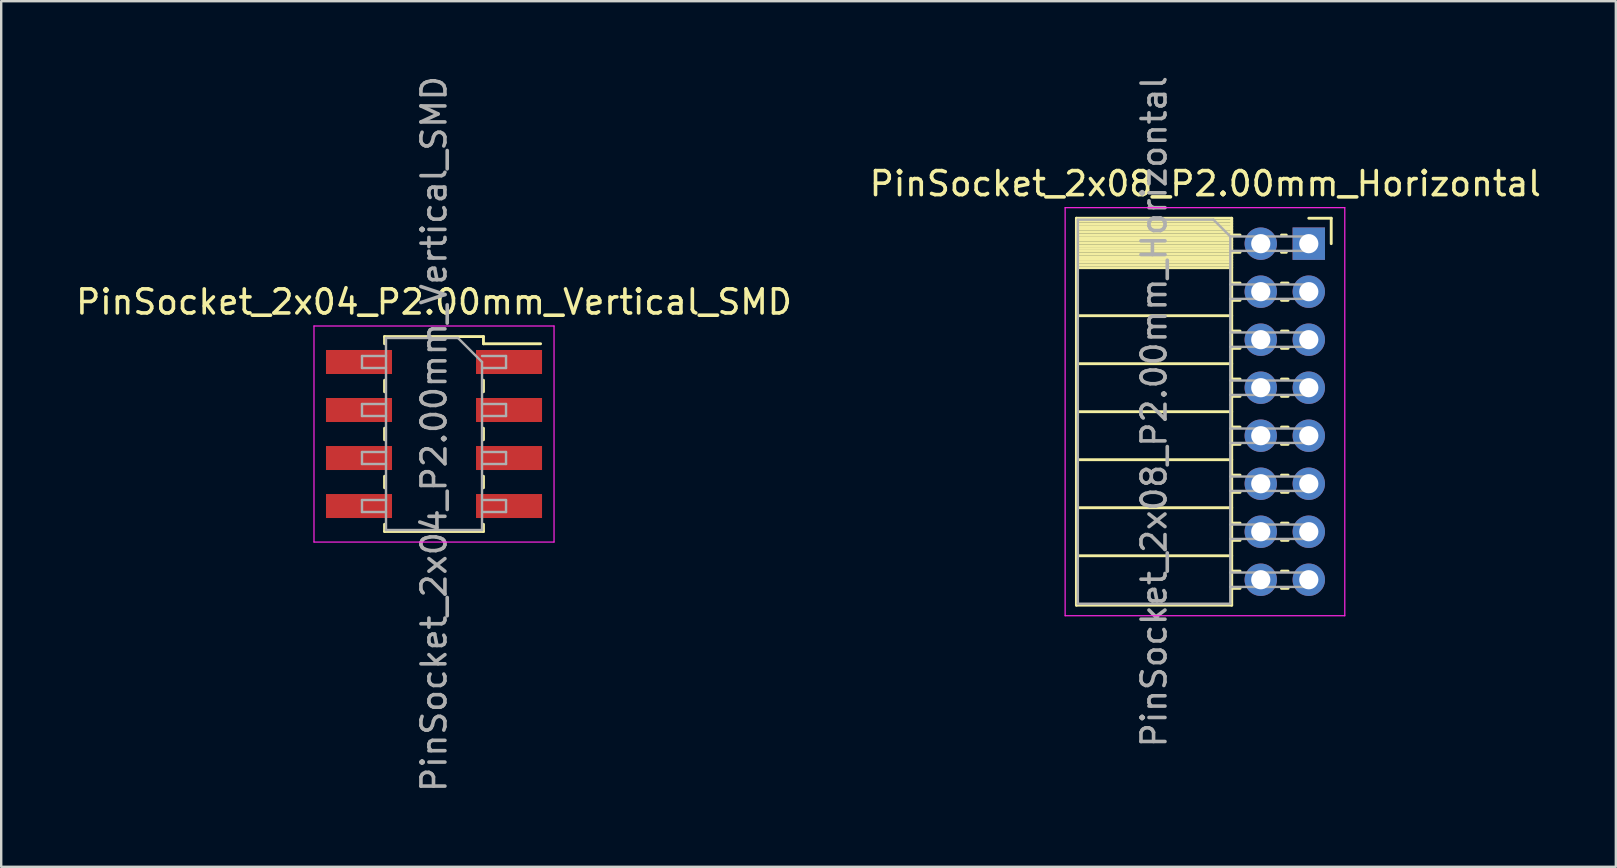
<source format=kicad_pcb>
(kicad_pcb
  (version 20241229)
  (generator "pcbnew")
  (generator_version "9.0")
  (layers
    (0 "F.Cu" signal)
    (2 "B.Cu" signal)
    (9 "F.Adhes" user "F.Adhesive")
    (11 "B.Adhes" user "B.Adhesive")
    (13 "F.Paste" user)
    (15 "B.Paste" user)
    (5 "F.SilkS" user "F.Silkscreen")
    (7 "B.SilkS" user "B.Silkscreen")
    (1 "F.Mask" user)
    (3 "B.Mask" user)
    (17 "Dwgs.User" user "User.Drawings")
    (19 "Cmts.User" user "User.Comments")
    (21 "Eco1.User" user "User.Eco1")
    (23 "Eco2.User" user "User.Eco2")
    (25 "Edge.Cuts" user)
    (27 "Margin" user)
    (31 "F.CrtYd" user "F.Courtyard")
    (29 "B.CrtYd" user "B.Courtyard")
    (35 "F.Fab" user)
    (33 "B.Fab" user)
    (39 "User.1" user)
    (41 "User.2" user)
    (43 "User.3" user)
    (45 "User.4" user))
  (footprint "PinSocket_2x04_P2.00mm_Vertical_SMD"
    (layer "F.Cu")
    (at 15.03 15.03)
    (property "Reference" "PinSocket_2x04_P2.00mm_Vertical_SMD" (at 0 -5.5 0) (layer "F.SilkS") (effects (font (size 1 1) (thickness 0.15))))
    (attr smd)
    (fp_line (start -2.06 -4.06) (end -2.06 -3.76) (stroke (width 0.12) (type solid)) (layer "F.SilkS"))
    (fp_line (start -2.06 -4.06) (end 2.06 -4.06) (stroke (width 0.12) (type solid)) (layer "F.SilkS"))
    (fp_line (start -2.06 -2.24) (end -2.06 -1.76) (stroke (width 0.12) (type solid)) (layer "F.SilkS"))
    (fp_line (start -2.06 -0.24) (end -2.06 0.24) (stroke (width 0.12) (type solid)) (layer "F.SilkS"))
    (fp_line (start -2.06 1.76) (end -2.06 2.24) (stroke (width 0.12) (type solid)) (layer "F.SilkS"))
    (fp_line (start -2.06 3.76) (end -2.06 4.06) (stroke (width 0.12) (type solid)) (layer "F.SilkS"))
    (fp_line (start -2.06 4.06) (end 2.06 4.06) (stroke (width 0.12) (type solid)) (layer "F.SilkS"))
    (fp_line (start 2.06 -4.06) (end 2.06 -3.76) (stroke (width 0.12) (type solid)) (layer "F.SilkS"))
    (fp_line (start 2.06 -3.76) (end 4.44 -3.76) (stroke (width 0.12) (type solid)) (layer "F.SilkS"))
    (fp_line (start 2.06 -2.24) (end 2.06 -1.76) (stroke (width 0.12) (type solid)) (layer "F.SilkS"))
    (fp_line (start 2.06 -0.24) (end 2.06 0.24) (stroke (width 0.12) (type solid)) (layer "F.SilkS"))
    (fp_line (start 2.06 1.76) (end 2.06 2.24) (stroke (width 0.12) (type solid)) (layer "F.SilkS"))
    (fp_line (start 2.06 3.76) (end 2.06 4.06) (stroke (width 0.12) (type solid)) (layer "F.SilkS"))
    (fp_line (start -5 -4.5) (end 5 -4.5) (stroke (width 0.05) (type solid)) (layer "F.CrtYd"))
    (fp_line (start -5 4.5) (end -5 -4.5) (stroke (width 0.05) (type solid)) (layer "F.CrtYd"))
    (fp_line (start 5 -4.5) (end 5 4.5) (stroke (width 0.05) (type solid)) (layer "F.CrtYd"))
    (fp_line (start 5 4.5) (end -5 4.5) (stroke (width 0.05) (type solid)) (layer "F.CrtYd"))
    (fp_line (start -3 -3.25) (end -2 -3.25) (stroke (width 0.1) (type solid)) (layer "F.Fab"))
    (fp_line (start -3 -2.75) (end -3 -3.25) (stroke (width 0.1) (type solid)) (layer "F.Fab"))
    (fp_line (start -3 -1.25) (end -2 -1.25) (stroke (width 0.1) (type solid)) (layer "F.Fab"))
    (fp_line (start -3 -0.75) (end -3 -1.25) (stroke (width 0.1) (type solid)) (layer "F.Fab"))
    (fp_line (start -3 0.75) (end -2 0.75) (stroke (width 0.1) (type solid)) (layer "F.Fab"))
    (fp_line (start -3 1.25) (end -3 0.75) (stroke (width 0.1) (type solid)) (layer "F.Fab"))
    (fp_line (start -3 2.75) (end -2 2.75) (stroke (width 0.1) (type solid)) (layer "F.Fab"))
    (fp_line (start -3 3.25) (end -3 2.75) (stroke (width 0.1) (type solid)) (layer "F.Fab"))
    (fp_line (start -2 -4) (end 1 -4) (stroke (width 0.1) (type solid)) (layer "F.Fab"))
    (fp_line (start -2 -2.75) (end -3 -2.75) (stroke (width 0.1) (type solid)) (layer "F.Fab"))
    (fp_line (start -2 -0.75) (end -3 -0.75) (stroke (width 0.1) (type solid)) (layer "F.Fab"))
    (fp_line (start -2 1.25) (end -3 1.25) (stroke (width 0.1) (type solid)) (layer "F.Fab"))
    (fp_line (start -2 3.25) (end -3 3.25) (stroke (width 0.1) (type solid)) (layer "F.Fab"))
    (fp_line (start -2 4) (end -2 -4) (stroke (width 0.1) (type solid)) (layer "F.Fab"))
    (fp_line (start 1 -4) (end 2 -3) (stroke (width 0.1) (type solid)) (layer "F.Fab"))
    (fp_line (start 2 -3.25) (end 3 -3.25) (stroke (width 0.1) (type solid)) (layer "F.Fab"))
    (fp_line (start 2 -3) (end 2 4) (stroke (width 0.1) (type solid)) (layer "F.Fab"))
    (fp_line (start 2 -1.25) (end 3 -1.25) (stroke (width 0.1) (type solid)) (layer "F.Fab"))
    (fp_line (start 2 0.75) (end 3 0.75) (stroke (width 0.1) (type solid)) (layer "F.Fab"))
    (fp_line (start 2 2.75) (end 3 2.75) (stroke (width 0.1) (type solid)) (layer "F.Fab"))
    (fp_line (start 2 4) (end -2 4) (stroke (width 0.1) (type solid)) (layer "F.Fab"))
    (fp_line (start 3 -3.25) (end 3 -2.75) (stroke (width 0.1) (type solid)) (layer "F.Fab"))
    (fp_line (start 3 -2.75) (end 2 -2.75) (stroke (width 0.1) (type solid)) (layer "F.Fab"))
    (fp_line (start 3 -1.25) (end 3 -0.75) (stroke (width 0.1) (type solid)) (layer "F.Fab"))
    (fp_line (start 3 -0.75) (end 2 -0.75) (stroke (width 0.1) (type solid)) (layer "F.Fab"))
    (fp_line (start 3 0.75) (end 3 1.25) (stroke (width 0.1) (type solid)) (layer "F.Fab"))
    (fp_line (start 3 1.25) (end 2 1.25) (stroke (width 0.1) (type solid)) (layer "F.Fab"))
    (fp_line (start 3 2.75) (end 3 3.25) (stroke (width 0.1) (type solid)) (layer "F.Fab"))
    (fp_line (start 3 3.25) (end 2 3.25) (stroke (width 0.1) (type solid)) (layer "F.Fab"))
    (fp_text user "${REFERENCE}" (at 0 0 90) (layer "F.Fab") (effects (font (size 1 1) (thickness 0.15))))
    (pad "1" smd rect (at 3.125 -3) (size 2.75 1) (layers "F.Cu" "F.Mask" "F.Paste"))
    (pad "2" smd rect (at -3.125 -3) (size 2.75 1) (layers "F.Cu" "F.Mask" "F.Paste"))
    (pad "3" smd rect (at 3.125 -1) (size 2.75 1) (layers "F.Cu" "F.Mask" "F.Paste"))
    (pad "4" smd rect (at -3.125 -1) (size 2.75 1) (layers "F.Cu" "F.Mask" "F.Paste"))
    (pad "5" smd rect (at 3.125 1) (size 2.75 1) (layers "F.Cu" "F.Mask" "F.Paste"))
    (pad "6" smd rect (at -3.125 1) (size 2.75 1) (layers "F.Cu" "F.Mask" "F.Paste"))
    (pad "7" smd rect (at 3.125 3) (size 2.75 1) (layers "F.Cu" "F.Mask" "F.Paste"))
    (pad "8" smd rect (at -3.125 3) (size 2.75 1) (layers "F.Cu" "F.Mask" "F.Paste")))
  (footprint "PinSocket_2x08_P2.00mm_Horizontal"
    (layer "F.Cu")
    (at 51.471 7.101)
    (property "Reference" "PinSocket_2x08_P2.00mm_Horizontal" (at -4.31 -2.5 0) (layer "F.SilkS") (effects (font (size 1 1) (thickness 0.15))))
    (attr through_hole)
    (fp_line (start -9.68 -1.06) (end -9.68 15.06) (stroke (width 0.12) (type solid)) (layer "F.SilkS"))
    (fp_line (start -9.68 -1.06) (end -3.21 -1.06) (stroke (width 0.12) (type solid)) (layer "F.SilkS"))
    (fp_line (start -9.68 -0.94) (end -3.21 -0.94) (stroke (width 0.12) (type solid)) (layer "F.SilkS"))
    (fp_line (start -9.68 -0.826) (end -3.21 -0.826) (stroke (width 0.12) (type solid)) (layer "F.SilkS"))
    (fp_line (start -9.68 -0.712) (end -3.21 -0.712) (stroke (width 0.12) (type solid)) (layer "F.SilkS"))
    (fp_line (start -9.68 -0.598) (end -3.21 -0.598) (stroke (width 0.12) (type solid)) (layer "F.SilkS"))
    (fp_line (start -9.68 -0.484) (end -3.21 -0.484) (stroke (width 0.12) (type solid)) (layer "F.SilkS"))
    (fp_line (start -9.68 -0.369) (end -3.21 -0.369) (stroke (width 0.12) (type solid)) (layer "F.SilkS"))
    (fp_line (start -9.68 -0.255) (end -3.21 -0.255) (stroke (width 0.12) (type solid)) (layer "F.SilkS"))
    (fp_line (start -9.68 -0.141) (end -3.21 -0.141) (stroke (width 0.12) (type solid)) (layer "F.SilkS"))
    (fp_line (start -9.68 -0.027) (end -3.21 -0.027) (stroke (width 0.12) (type solid)) (layer "F.SilkS"))
    (fp_line (start -9.68 0.087) (end -3.21 0.087) (stroke (width 0.12) (type solid)) (layer "F.SilkS"))
    (fp_line (start -9.68 0.201) (end -3.21 0.201) (stroke (width 0.12) (type solid)) (layer "F.SilkS"))
    (fp_line (start -9.68 0.315) (end -3.21 0.315) (stroke (width 0.12) (type solid)) (layer "F.SilkS"))
    (fp_line (start -9.68 0.429) (end -3.21 0.429) (stroke (width 0.12) (type solid)) (layer "F.SilkS"))
    (fp_line (start -9.68 0.544) (end -3.21 0.544) (stroke (width 0.12) (type solid)) (layer "F.SilkS"))
    (fp_line (start -9.68 0.658) (end -3.21 0.658) (stroke (width 0.12) (type solid)) (layer "F.SilkS"))
    (fp_line (start -9.68 0.772) (end -3.21 0.772) (stroke (width 0.12) (type solid)) (layer "F.SilkS"))
    (fp_line (start -9.68 0.886) (end -3.21 0.886) (stroke (width 0.12) (type solid)) (layer "F.SilkS"))
    (fp_line (start -9.68 1) (end -3.21 1) (stroke (width 0.12) (type solid)) (layer "F.SilkS"))
    (fp_line (start -9.68 3) (end -3.21 3) (stroke (width 0.12) (type solid)) (layer "F.SilkS"))
    (fp_line (start -9.68 5) (end -3.21 5) (stroke (width 0.12) (type solid)) (layer "F.SilkS"))
    (fp_line (start -9.68 7) (end -3.21 7) (stroke (width 0.12) (type solid)) (layer "F.SilkS"))
    (fp_line (start -9.68 9) (end -3.21 9) (stroke (width 0.12) (type solid)) (layer "F.SilkS"))
    (fp_line (start -9.68 11) (end -3.21 11) (stroke (width 0.12) (type solid)) (layer "F.SilkS"))
    (fp_line (start -9.68 13) (end -3.21 13) (stroke (width 0.12) (type solid)) (layer "F.SilkS"))
    (fp_line (start -9.68 15.06) (end -3.21 15.06) (stroke (width 0.12) (type solid)) (layer "F.SilkS"))
    (fp_line (start -3.21 -1.06) (end -3.21 15.06) (stroke (width 0.12) (type solid)) (layer "F.SilkS"))
    (fp_line (start -3.21 -0.36) (end -2.863 -0.36) (stroke (width 0.12) (type solid)) (layer "F.SilkS"))
    (fp_line (start -3.21 0.36) (end -2.863 0.36) (stroke (width 0.12) (type solid)) (layer "F.SilkS"))
    (fp_line (start -3.21 1.64) (end -2.863 1.64) (stroke (width 0.12) (type solid)) (layer "F.SilkS"))
    (fp_line (start -3.21 2.36) (end -2.863 2.36) (stroke (width 0.12) (type solid)) (layer "F.SilkS"))
    (fp_line (start -3.21 3.64) (end -2.863 3.64) (stroke (width 0.12) (type solid)) (layer "F.SilkS"))
    (fp_line (start -3.21 4.36) (end -2.863 4.36) (stroke (width 0.12) (type solid)) (layer "F.SilkS"))
    (fp_line (start -3.21 5.64) (end -2.863 5.64) (stroke (width 0.12) (type solid)) (layer "F.SilkS"))
    (fp_line (start -3.21 6.36) (end -2.863 6.36) (stroke (width 0.12) (type solid)) (layer "F.SilkS"))
    (fp_line (start -3.21 7.64) (end -2.863 7.64) (stroke (width 0.12) (type solid)) (layer "F.SilkS"))
    (fp_line (start -3.21 8.36) (end -2.863 8.36) (stroke (width 0.12) (type solid)) (layer "F.SilkS"))
    (fp_line (start -3.21 9.64) (end -2.863 9.64) (stroke (width 0.12) (type solid)) (layer "F.SilkS"))
    (fp_line (start -3.21 10.36) (end -2.863 10.36) (stroke (width 0.12) (type solid)) (layer "F.SilkS"))
    (fp_line (start -3.21 11.64) (end -2.863 11.64) (stroke (width 0.12) (type solid)) (layer "F.SilkS"))
    (fp_line (start -3.21 12.36) (end -2.863 12.36) (stroke (width 0.12) (type solid)) (layer "F.SilkS"))
    (fp_line (start -3.21 13.64) (end -2.863 13.64) (stroke (width 0.12) (type solid)) (layer "F.SilkS"))
    (fp_line (start -3.21 14.36) (end -2.863 14.36) (stroke (width 0.12) (type solid)) (layer "F.SilkS"))
    (fp_line (start -1.137 -0.36) (end -0.935 -0.36) (stroke (width 0.12) (type solid)) (layer "F.SilkS"))
    (fp_line (start -1.137 0.36) (end -0.935 0.36) (stroke (width 0.12) (type solid)) (layer "F.SilkS"))
    (fp_line (start -1.137 1.64) (end -0.863 1.64) (stroke (width 0.12) (type solid)) (layer "F.SilkS"))
    (fp_line (start -1.137 2.36) (end -0.863 2.36) (stroke (width 0.12) (type solid)) (layer "F.SilkS"))
    (fp_line (start -1.137 3.64) (end -0.863 3.64) (stroke (width 0.12) (type solid)) (layer "F.SilkS"))
    (fp_line (start -1.137 4.36) (end -0.863 4.36) (stroke (width 0.12) (type solid)) (layer "F.SilkS"))
    (fp_line (start -1.137 5.64) (end -0.863 5.64) (stroke (width 0.12) (type solid)) (layer "F.SilkS"))
    (fp_line (start -1.137 6.36) (end -0.863 6.36) (stroke (width 0.12) (type solid)) (layer "F.SilkS"))
    (fp_line (start -1.137 7.64) (end -0.863 7.64) (stroke (width 0.12) (type solid)) (layer "F.SilkS"))
    (fp_line (start -1.137 8.36) (end -0.863 8.36) (stroke (width 0.12) (type solid)) (layer "F.SilkS"))
    (fp_line (start -1.137 9.64) (end -0.863 9.64) (stroke (width 0.12) (type solid)) (layer "F.SilkS"))
    (fp_line (start -1.137 10.36) (end -0.863 10.36) (stroke (width 0.12) (type solid)) (layer "F.SilkS"))
    (fp_line (start -1.137 11.64) (end -0.863 11.64) (stroke (width 0.12) (type solid)) (layer "F.SilkS"))
    (fp_line (start -1.137 12.36) (end -0.863 12.36) (stroke (width 0.12) (type solid)) (layer "F.SilkS"))
    (fp_line (start -1.137 13.64) (end -0.863 13.64) (stroke (width 0.12) (type solid)) (layer "F.SilkS"))
    (fp_line (start -1.137 14.36) (end -0.863 14.36) (stroke (width 0.12) (type solid)) (layer "F.SilkS"))
    (fp_line (start 0 -1.06) (end 0.935 -1.06) (stroke (width 0.12) (type solid)) (layer "F.SilkS"))
    (fp_line (start 0.935 -1.06) (end 0.935 0) (stroke (width 0.12) (type solid)) (layer "F.SilkS"))
    (fp_line (start -10.15 -1.5) (end -10.15 15.5) (stroke (width 0.05) (type solid)) (layer "F.CrtYd"))
    (fp_line (start -10.15 15.5) (end 1.5 15.5) (stroke (width 0.05) (type solid)) (layer "F.CrtYd"))
    (fp_line (start 1.5 -1.5) (end -10.15 -1.5) (stroke (width 0.05) (type solid)) (layer "F.CrtYd"))
    (fp_line (start 1.5 15.5) (end 1.5 -1.5) (stroke (width 0.05) (type solid)) (layer "F.CrtYd"))
    (fp_line (start -9.62 -1) (end -3.97 -1) (stroke (width 0.1) (type solid)) (layer "F.Fab"))
    (fp_line (start -9.62 15) (end -9.62 -1) (stroke (width 0.1) (type solid)) (layer "F.Fab"))
    (fp_line (start -3.97 -1) (end -3.27 -0.3) (stroke (width 0.1) (type solid)) (layer "F.Fab"))
    (fp_line (start -3.27 -0.3) (end -3.27 15) (stroke (width 0.1) (type solid)) (layer "F.Fab"))
    (fp_line (start -3.27 0.3) (end 0 0.3) (stroke (width 0.1) (type solid)) (layer "F.Fab"))
    (fp_line (start -3.27 2.3) (end 0 2.3) (stroke (width 0.1) (type solid)) (layer "F.Fab"))
    (fp_line (start -3.27 4.3) (end 0 4.3) (stroke (width 0.1) (type solid)) (layer "F.Fab"))
    (fp_line (start -3.27 6.3) (end 0 6.3) (stroke (width 0.1) (type solid)) (layer "F.Fab"))
    (fp_line (start -3.27 8.3) (end 0 8.3) (stroke (width 0.1) (type solid)) (layer "F.Fab"))
    (fp_line (start -3.27 10.3) (end 0 10.3) (stroke (width 0.1) (type solid)) (layer "F.Fab"))
    (fp_line (start -3.27 12.3) (end 0 12.3) (stroke (width 0.1) (type solid)) (layer "F.Fab"))
    (fp_line (start -3.27 14.3) (end 0 14.3) (stroke (width 0.1) (type solid)) (layer "F.Fab"))
    (fp_line (start -3.27 15) (end -9.62 15) (stroke (width 0.1) (type solid)) (layer "F.Fab"))
    (fp_line (start 0 -0.3) (end -3.27 -0.3) (stroke (width 0.1) (type solid)) (layer "F.Fab"))
    (fp_line (start 0 0.3) (end 0 -0.3) (stroke (width 0.1) (type solid)) (layer "F.Fab"))
    (fp_line (start 0 1.7) (end -3.27 1.7) (stroke (width 0.1) (type solid)) (layer "F.Fab"))
    (fp_line (start 0 2.3) (end 0 1.7) (stroke (width 0.1) (type solid)) (layer "F.Fab"))
    (fp_line (start 0 3.7) (end -3.27 3.7) (stroke (width 0.1) (type solid)) (layer "F.Fab"))
    (fp_line (start 0 4.3) (end 0 3.7) (stroke (width 0.1) (type solid)) (layer "F.Fab"))
    (fp_line (start 0 5.7) (end -3.27 5.7) (stroke (width 0.1) (type solid)) (layer "F.Fab"))
    (fp_line (start 0 6.3) (end 0 5.7) (stroke (width 0.1) (type solid)) (layer "F.Fab"))
    (fp_line (start 0 7.7) (end -3.27 7.7) (stroke (width 0.1) (type solid)) (layer "F.Fab"))
    (fp_line (start 0 8.3) (end 0 7.7) (stroke (width 0.1) (type solid)) (layer "F.Fab"))
    (fp_line (start 0 9.7) (end -3.27 9.7) (stroke (width 0.1) (type solid)) (layer "F.Fab"))
    (fp_line (start 0 10.3) (end 0 9.7) (stroke (width 0.1) (type solid)) (layer "F.Fab"))
    (fp_line (start 0 11.7) (end -3.27 11.7) (stroke (width 0.1) (type solid)) (layer "F.Fab"))
    (fp_line (start 0 12.3) (end 0 11.7) (stroke (width 0.1) (type solid)) (layer "F.Fab"))
    (fp_line (start 0 13.7) (end -3.27 13.7) (stroke (width 0.1) (type solid)) (layer "F.Fab"))
    (fp_line (start 0 14.3) (end 0 13.7) (stroke (width 0.1) (type solid)) (layer "F.Fab"))
    (fp_text user "${REFERENCE}" (at -6.445 7 90) (layer "F.Fab") (effects (font (size 1 1) (thickness 0.15))))
    (pad "1" thru_hole rect (at 0 0) (size 1.35 1.35) (drill 0.8) (layers "*.Cu" "*.Mask"))
    (pad "2" thru_hole oval (at -2 0) (size 1.35 1.35) (drill 0.8) (layers "*.Cu" "*.Mask"))
    (pad "3" thru_hole oval (at 0 2) (size 1.35 1.35) (drill 0.8) (layers "*.Cu" "*.Mask"))
    (pad "4" thru_hole oval (at -2 2) (size 1.35 1.35) (drill 0.8) (layers "*.Cu" "*.Mask"))
    (pad "5" thru_hole oval (at 0 4) (size 1.35 1.35) (drill 0.8) (layers "*.Cu" "*.Mask"))
    (pad "6" thru_hole oval (at -2 4) (size 1.35 1.35) (drill 0.8) (layers "*.Cu" "*.Mask"))
    (pad "7" thru_hole oval (at 0 6) (size 1.35 1.35) (drill 0.8) (layers "*.Cu" "*.Mask"))
    (pad "8" thru_hole oval (at -2 6) (size 1.35 1.35) (drill 0.8) (layers "*.Cu" "*.Mask"))
    (pad "9" thru_hole oval (at 0 8) (size 1.35 1.35) (drill 0.8) (layers "*.Cu" "*.Mask"))
    (pad "10" thru_hole oval (at -2 8) (size 1.35 1.35) (drill 0.8) (layers "*.Cu" "*.Mask"))
    (pad "11" thru_hole oval (at 0 10) (size 1.35 1.35) (drill 0.8) (layers "*.Cu" "*.Mask"))
    (pad "12" thru_hole oval (at -2 10) (size 1.35 1.35) (drill 0.8) (layers "*.Cu" "*.Mask"))
    (pad "13" thru_hole oval (at 0 12) (size 1.35 1.35) (drill 0.8) (layers "*.Cu" "*.Mask"))
    (pad "14" thru_hole oval (at -2 12) (size 1.35 1.35) (drill 0.8) (layers "*.Cu" "*.Mask"))
    (pad "15" thru_hole oval (at 0 14) (size 1.35 1.35) (drill 0.8) (layers "*.Cu" "*.Mask"))
    (pad "16" thru_hole oval (at -2 14) (size 1.35 1.35) (drill 0.8) (layers "*.Cu" "*.Mask")))
  (gr_rect
    (start -3 -3)
    (end 64.262 33.06)
    (stroke (width 0.1) (type default))
    (fill no)
    (layer "Edge.Cuts")))
</source>
